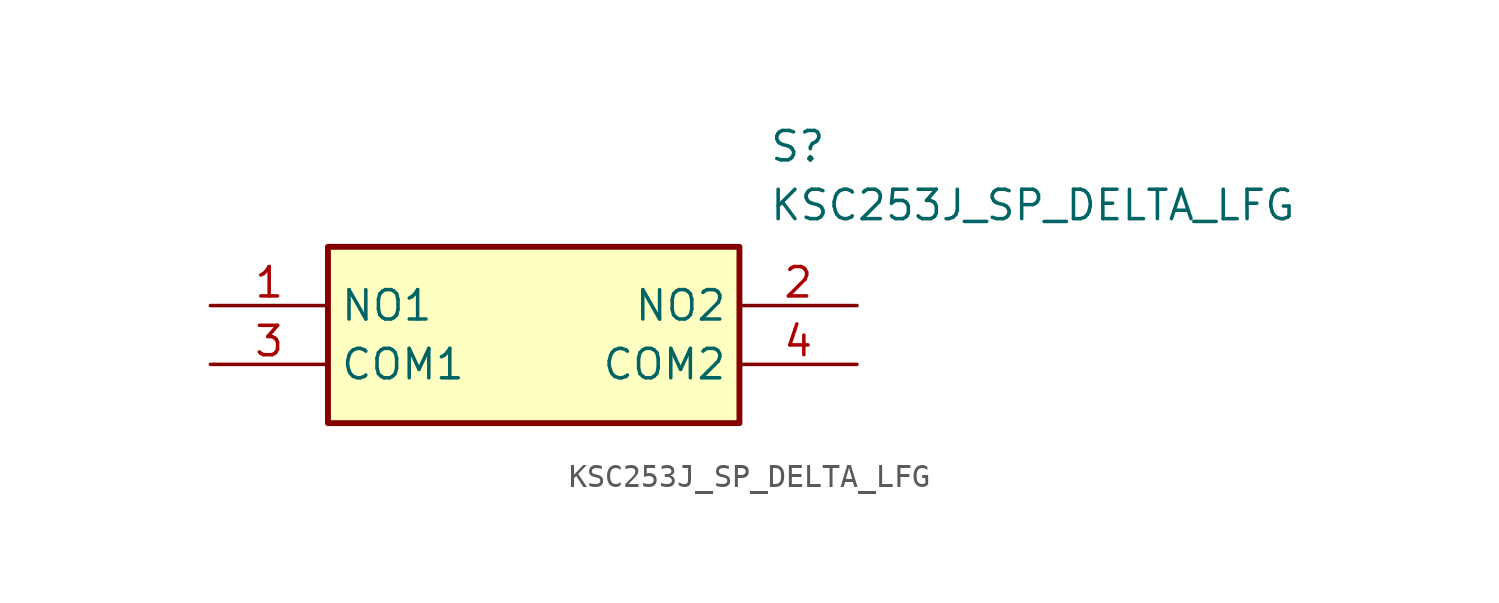
<source format=kicad_sym>
(kicad_symbol_lib
  (version 20211014)
  (generator SamacSys_ECAD_Model)
  (symbol "KSC253J_SP_DELTA_LFG"
    (property "Reference" "S"
      (at 24.13 7.62 0)
      (effects (font (size 1.27 1.27)) (justify left top)))
    (property "Value" "KSC253J_SP_DELTA_LFG"
      (at 24.13 5.08 0)
      (effects (font (size 1.27 1.27)) (justify left top)))
    (rectangle
      (start 5.08 2.54)
      (end 22.86 -5.08)
      (stroke (width 0.254) (type default))
      (fill (type background)))
    (pin passive line
      (at 0 0 0)
      (length 5.08)
      (name "NO1" (effects (font (size 1.27 1.27))))
      (number "1" (effects (font (size 1.27 1.27)))))
    (pin passive line
      (at 27.94 0 180)
      (length 5.08)
      (name "NO2" (effects (font (size 1.27 1.27))))
      (number "2" (effects (font (size 1.27 1.27)))))
    (pin passive line
      (at 0 -2.54 0)
      (length 5.08)
      (name "COM1" (effects (font (size 1.27 1.27))))
      (number "3" (effects (font (size 1.27 1.27)))))
    (pin passive line
      (at 27.94 -2.54 180)
      (length 5.08)
      (name "COM2" (effects (font (size 1.27 1.27))))
      (number "4" (effects (font (size 1.27 1.27)))))))
</source>
